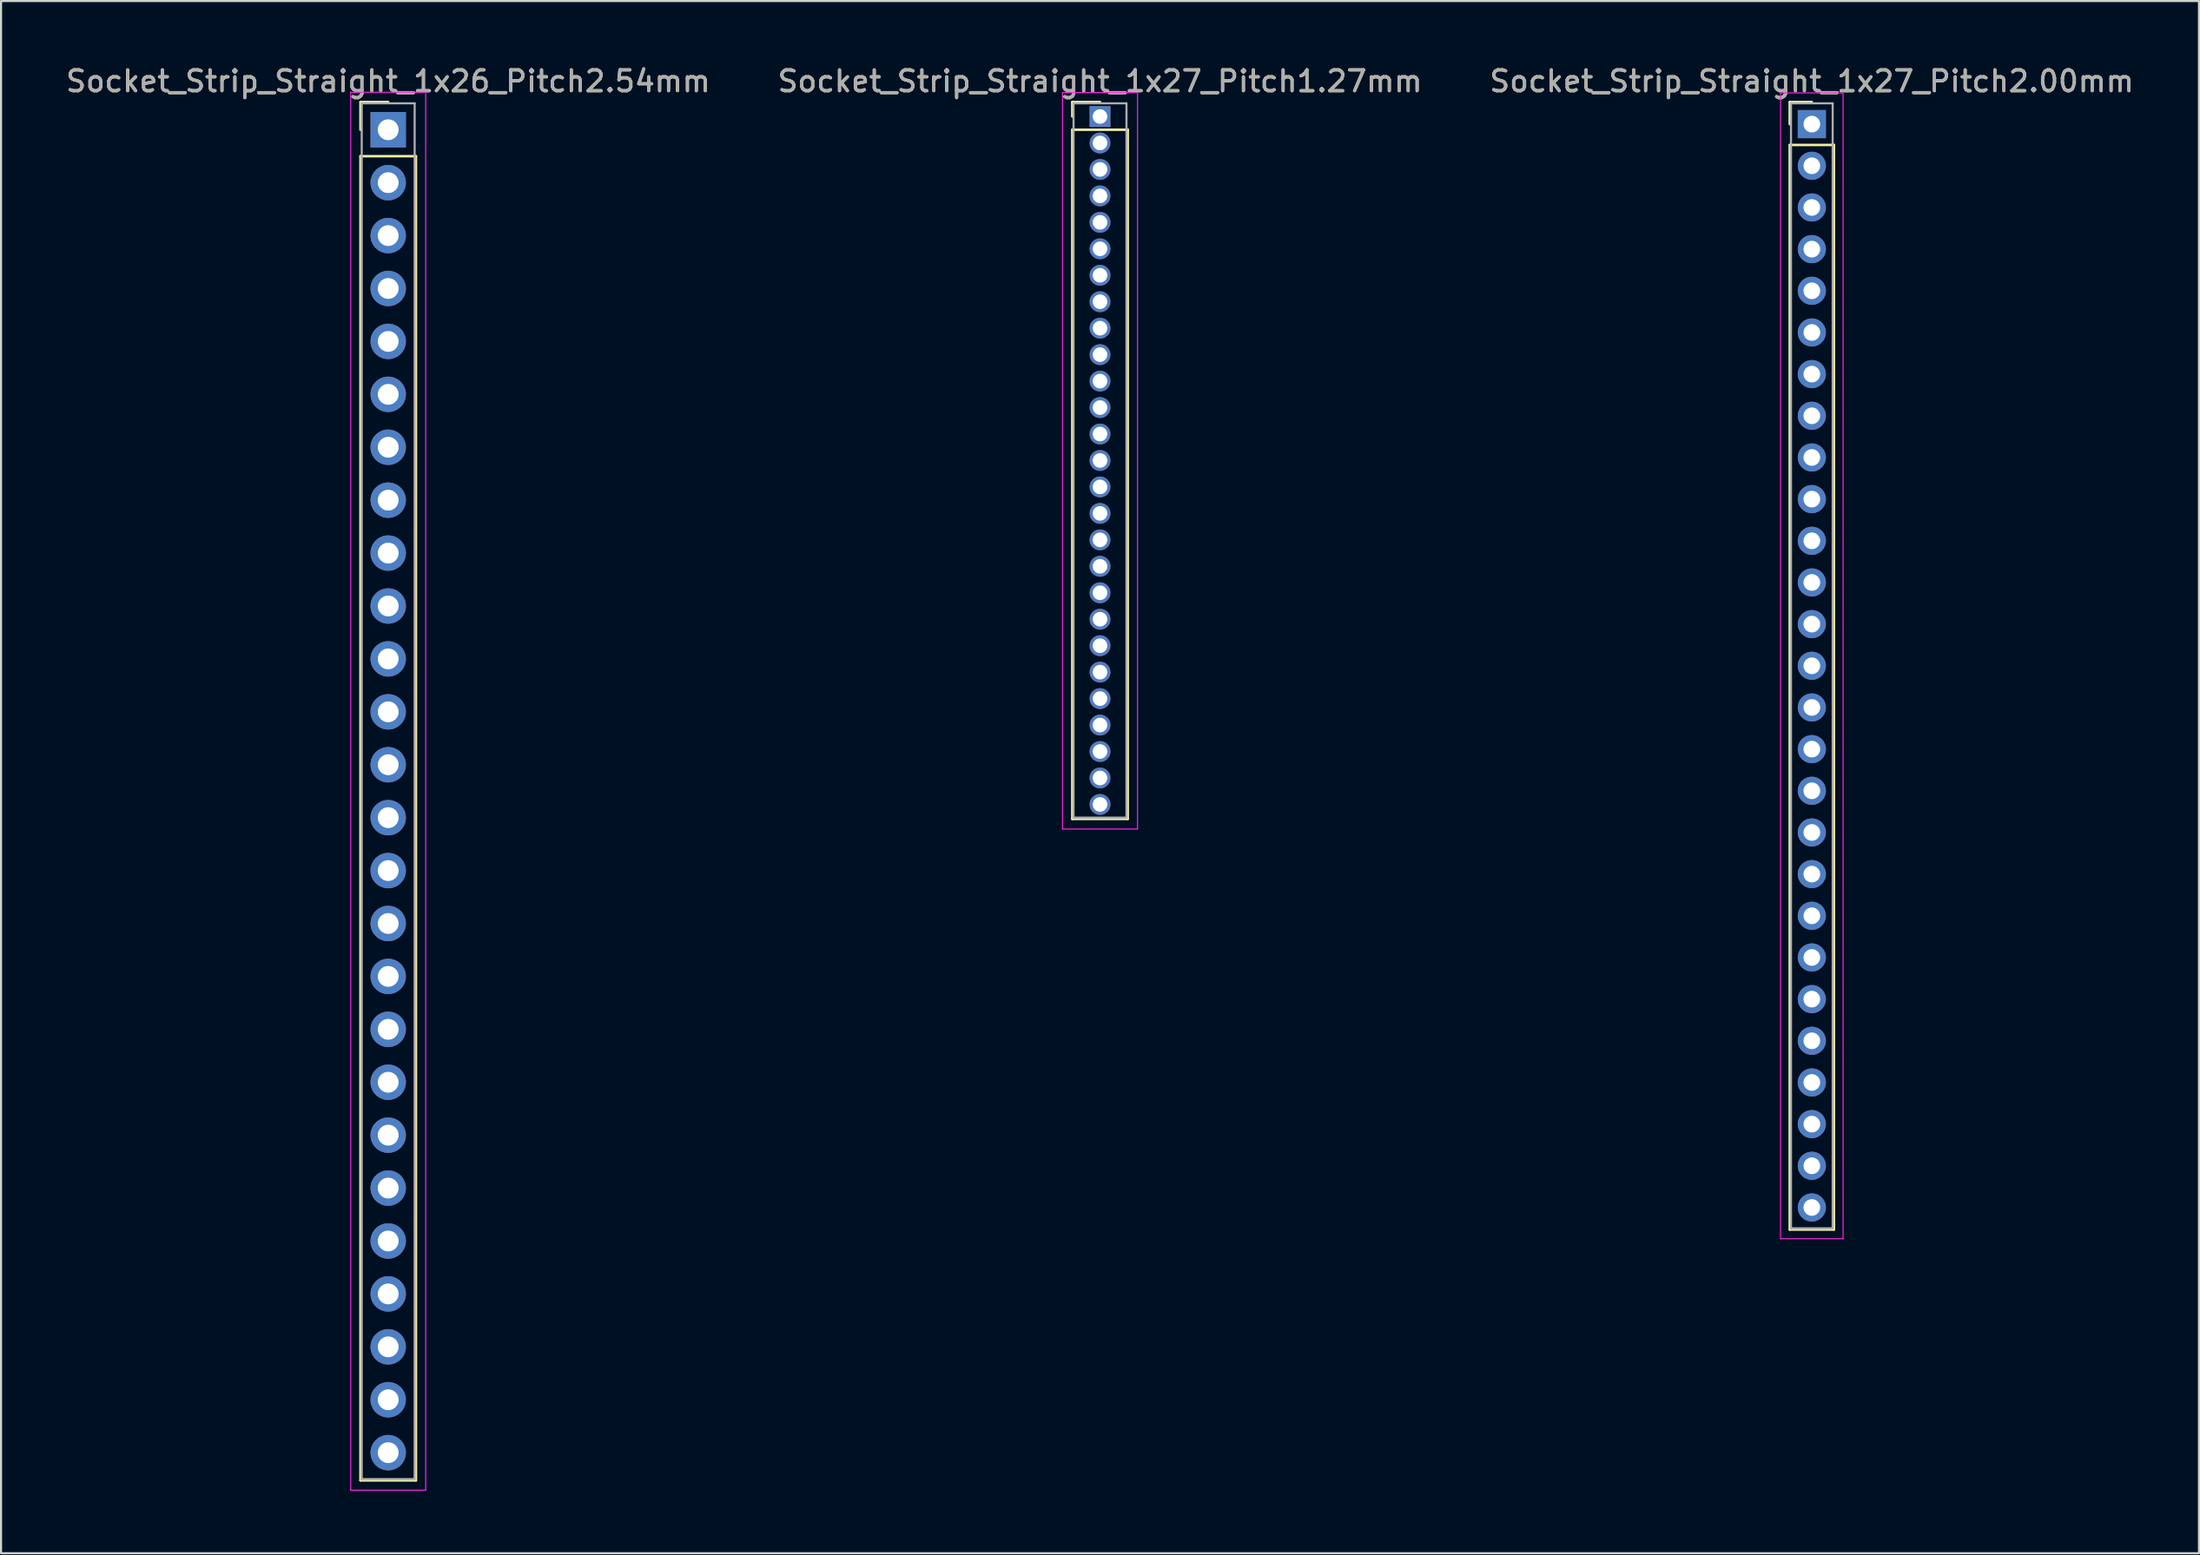
<source format=kicad_pcb>
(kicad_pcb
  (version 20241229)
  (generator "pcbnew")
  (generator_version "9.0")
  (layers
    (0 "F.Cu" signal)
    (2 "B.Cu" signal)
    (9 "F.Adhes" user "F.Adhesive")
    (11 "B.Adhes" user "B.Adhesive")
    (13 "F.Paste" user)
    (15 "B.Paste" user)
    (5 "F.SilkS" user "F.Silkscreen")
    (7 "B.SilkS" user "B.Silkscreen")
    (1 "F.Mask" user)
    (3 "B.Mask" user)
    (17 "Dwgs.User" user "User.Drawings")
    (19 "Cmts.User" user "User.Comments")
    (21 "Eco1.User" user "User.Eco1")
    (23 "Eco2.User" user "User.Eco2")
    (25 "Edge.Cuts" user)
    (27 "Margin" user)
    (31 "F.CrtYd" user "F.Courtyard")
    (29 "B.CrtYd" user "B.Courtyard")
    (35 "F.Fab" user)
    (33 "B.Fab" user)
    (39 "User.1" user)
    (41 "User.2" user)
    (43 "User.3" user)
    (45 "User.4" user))
  (footprint "Socket_Strip_Straight_1x27_Pitch2.00mm"
    (layer "F.Cu")
    (at 83.887 2.908)
    (property "Reference" "Socket_Strip_Straight_1x27_Pitch2.00mm" (at 0 -2.06 0) (layer "F.SilkS") (effects (font (size 1 1) (thickness 0.15))))
    (attr through_hole)
    (fp_line (start -1.06 -1.06) (end 0 -1.06) (stroke (width 0.12) (type solid)) (layer "F.SilkS"))
    (fp_line (start -1.06 0) (end -1.06 -1.06) (stroke (width 0.12) (type solid)) (layer "F.SilkS"))
    (fp_line (start -1.06 1) (end -1.06 53.06) (stroke (width 0.12) (type solid)) (layer "F.SilkS"))
    (fp_line (start -1.06 53.06) (end 1.06 53.06) (stroke (width 0.12) (type solid)) (layer "F.SilkS"))
    (fp_line (start 1.06 1) (end -1.06 1) (stroke (width 0.12) (type solid)) (layer "F.SilkS"))
    (fp_line (start 1.06 53.06) (end 1.06 1) (stroke (width 0.12) (type solid)) (layer "F.SilkS"))
    (fp_line (start -1.5 -1.5) (end -1.5 53.5) (stroke (width 0.05) (type solid)) (layer "F.CrtYd"))
    (fp_line (start -1.5 53.5) (end 1.5 53.5) (stroke (width 0.05) (type solid)) (layer "F.CrtYd"))
    (fp_line (start 1.5 -1.5) (end -1.5 -1.5) (stroke (width 0.05) (type solid)) (layer "F.CrtYd"))
    (fp_line (start 1.5 53.5) (end 1.5 -1.5) (stroke (width 0.05) (type solid)) (layer "F.CrtYd"))
    (fp_line (start -1 -1) (end -1 53) (stroke (width 0.1) (type solid)) (layer "F.Fab"))
    (fp_line (start -1 53) (end 1 53) (stroke (width 0.1) (type solid)) (layer "F.Fab"))
    (fp_line (start 1 -1) (end -1 -1) (stroke (width 0.1) (type solid)) (layer "F.Fab"))
    (fp_line (start 1 53) (end 1 -1) (stroke (width 0.1) (type solid)) (layer "F.Fab"))
    (fp_text user "${REFERENCE}" (at 0 -2.06 0) (layer "F.Fab") (effects (font (size 1 1) (thickness 0.15))))
    (pad "1" thru_hole rect (at 0 0) (size 1.35 1.35) (drill 0.8) (layers "*.Cu" "*.Mask"))
    (pad "2" thru_hole oval (at 0 2) (size 1.35 1.35) (drill 0.8) (layers "*.Cu" "*.Mask"))
    (pad "3" thru_hole oval (at 0 4) (size 1.35 1.35) (drill 0.8) (layers "*.Cu" "*.Mask"))
    (pad "4" thru_hole oval (at 0 6) (size 1.35 1.35) (drill 0.8) (layers "*.Cu" "*.Mask"))
    (pad "5" thru_hole oval (at 0 8) (size 1.35 1.35) (drill 0.8) (layers "*.Cu" "*.Mask"))
    (pad "6" thru_hole oval (at 0 10) (size 1.35 1.35) (drill 0.8) (layers "*.Cu" "*.Mask"))
    (pad "7" thru_hole oval (at 0 12) (size 1.35 1.35) (drill 0.8) (layers "*.Cu" "*.Mask"))
    (pad "8" thru_hole oval (at 0 14) (size 1.35 1.35) (drill 0.8) (layers "*.Cu" "*.Mask"))
    (pad "9" thru_hole oval (at 0 16) (size 1.35 1.35) (drill 0.8) (layers "*.Cu" "*.Mask"))
    (pad "10" thru_hole oval (at 0 18) (size 1.35 1.35) (drill 0.8) (layers "*.Cu" "*.Mask"))
    (pad "11" thru_hole oval (at 0 20) (size 1.35 1.35) (drill 0.8) (layers "*.Cu" "*.Mask"))
    (pad "12" thru_hole oval (at 0 22) (size 1.35 1.35) (drill 0.8) (layers "*.Cu" "*.Mask"))
    (pad "13" thru_hole oval (at 0 24) (size 1.35 1.35) (drill 0.8) (layers "*.Cu" "*.Mask"))
    (pad "14" thru_hole oval (at 0 26) (size 1.35 1.35) (drill 0.8) (layers "*.Cu" "*.Mask"))
    (pad "15" thru_hole oval (at 0 28) (size 1.35 1.35) (drill 0.8) (layers "*.Cu" "*.Mask"))
    (pad "16" thru_hole oval (at 0 30) (size 1.35 1.35) (drill 0.8) (layers "*.Cu" "*.Mask"))
    (pad "17" thru_hole oval (at 0 32) (size 1.35 1.35) (drill 0.8) (layers "*.Cu" "*.Mask"))
    (pad "18" thru_hole oval (at 0 34) (size 1.35 1.35) (drill 0.8) (layers "*.Cu" "*.Mask"))
    (pad "19" thru_hole oval (at 0 36) (size 1.35 1.35) (drill 0.8) (layers "*.Cu" "*.Mask"))
    (pad "20" thru_hole oval (at 0 38) (size 1.35 1.35) (drill 0.8) (layers "*.Cu" "*.Mask"))
    (pad "21" thru_hole oval (at 0 40) (size 1.35 1.35) (drill 0.8) (layers "*.Cu" "*.Mask"))
    (pad "22" thru_hole oval (at 0 42) (size 1.35 1.35) (drill 0.8) (layers "*.Cu" "*.Mask"))
    (pad "23" thru_hole oval (at 0 44) (size 1.35 1.35) (drill 0.8) (layers "*.Cu" "*.Mask"))
    (pad "24" thru_hole oval (at 0 46) (size 1.35 1.35) (drill 0.8) (layers "*.Cu" "*.Mask"))
    (pad "25" thru_hole oval (at 0 48) (size 1.35 1.35) (drill 0.8) (layers "*.Cu" "*.Mask"))
    (pad "26" thru_hole oval (at 0 50) (size 1.35 1.35) (drill 0.8) (layers "*.Cu" "*.Mask"))
    (pad "27" thru_hole oval (at 0 52) (size 1.35 1.35) (drill 0.8) (layers "*.Cu" "*.Mask")))
  (footprint "Socket_Strip_Straight_1x27_Pitch1.27mm"
    (layer "F.Cu")
    (at 49.732 2.543)
    (property "Reference" "Socket_Strip_Straight_1x27_Pitch1.27mm" (at 0 -1.695 0) (layer "F.SilkS") (effects (font (size 1 1) (thickness 0.15))))
    (attr through_hole)
    (fp_line (start -1.33 -0.695) (end 0 -0.695) (stroke (width 0.12) (type solid)) (layer "F.SilkS"))
    (fp_line (start -1.33 0) (end -1.33 -0.695) (stroke (width 0.12) (type solid)) (layer "F.SilkS"))
    (fp_line (start -1.33 0.635) (end -1.33 33.715) (stroke (width 0.12) (type solid)) (layer "F.SilkS"))
    (fp_line (start -1.33 33.715) (end 1.33 33.715) (stroke (width 0.12) (type solid)) (layer "F.SilkS"))
    (fp_line (start 1.33 0.635) (end -1.33 0.635) (stroke (width 0.12) (type solid)) (layer "F.SilkS"))
    (fp_line (start 1.33 33.715) (end 1.33 0.635) (stroke (width 0.12) (type solid)) (layer "F.SilkS"))
    (fp_line (start -1.8 -1.15) (end -1.8 34.2) (stroke (width 0.05) (type solid)) (layer "F.CrtYd"))
    (fp_line (start -1.8 34.2) (end 1.8 34.2) (stroke (width 0.05) (type solid)) (layer "F.CrtYd"))
    (fp_line (start 1.8 -1.15) (end -1.8 -1.15) (stroke (width 0.05) (type solid)) (layer "F.CrtYd"))
    (fp_line (start 1.8 34.2) (end 1.8 -1.15) (stroke (width 0.05) (type solid)) (layer "F.CrtYd"))
    (fp_line (start -1.27 -0.635) (end -1.27 33.655) (stroke (width 0.1) (type solid)) (layer "F.Fab"))
    (fp_line (start -1.27 33.655) (end 1.27 33.655) (stroke (width 0.1) (type solid)) (layer "F.Fab"))
    (fp_line (start 1.27 -0.635) (end -1.27 -0.635) (stroke (width 0.1) (type solid)) (layer "F.Fab"))
    (fp_line (start 1.27 33.655) (end 1.27 -0.635) (stroke (width 0.1) (type solid)) (layer "F.Fab"))
    (fp_text user "${REFERENCE}" (at 0 -1.695 0) (layer "F.Fab") (effects (font (size 1 1) (thickness 0.15))))
    (pad "1" thru_hole rect (at 0 0) (size 1 1) (drill 0.7) (layers "*.Cu" "*.Mask"))
    (pad "2" thru_hole oval (at 0 1.27) (size 1 1) (drill 0.7) (layers "*.Cu" "*.Mask"))
    (pad "3" thru_hole oval (at 0 2.54) (size 1 1) (drill 0.7) (layers "*.Cu" "*.Mask"))
    (pad "4" thru_hole oval (at 0 3.81) (size 1 1) (drill 0.7) (layers "*.Cu" "*.Mask"))
    (pad "5" thru_hole oval (at 0 5.08) (size 1 1) (drill 0.7) (layers "*.Cu" "*.Mask"))
    (pad "6" thru_hole oval (at 0 6.35) (size 1 1) (drill 0.7) (layers "*.Cu" "*.Mask"))
    (pad "7" thru_hole oval (at 0 7.62) (size 1 1) (drill 0.7) (layers "*.Cu" "*.Mask"))
    (pad "8" thru_hole oval (at 0 8.89) (size 1 1) (drill 0.7) (layers "*.Cu" "*.Mask"))
    (pad "9" thru_hole oval (at 0 10.16) (size 1 1) (drill 0.7) (layers "*.Cu" "*.Mask"))
    (pad "10" thru_hole oval (at 0 11.43) (size 1 1) (drill 0.7) (layers "*.Cu" "*.Mask"))
    (pad "11" thru_hole oval (at 0 12.7) (size 1 1) (drill 0.7) (layers "*.Cu" "*.Mask"))
    (pad "12" thru_hole oval (at 0 13.97) (size 1 1) (drill 0.7) (layers "*.Cu" "*.Mask"))
    (pad "13" thru_hole oval (at 0 15.24) (size 1 1) (drill 0.7) (layers "*.Cu" "*.Mask"))
    (pad "14" thru_hole oval (at 0 16.51) (size 1 1) (drill 0.7) (layers "*.Cu" "*.Mask"))
    (pad "15" thru_hole oval (at 0 17.78) (size 1 1) (drill 0.7) (layers "*.Cu" "*.Mask"))
    (pad "16" thru_hole oval (at 0 19.05) (size 1 1) (drill 0.7) (layers "*.Cu" "*.Mask"))
    (pad "17" thru_hole oval (at 0 20.32) (size 1 1) (drill 0.7) (layers "*.Cu" "*.Mask"))
    (pad "18" thru_hole oval (at 0 21.59) (size 1 1) (drill 0.7) (layers "*.Cu" "*.Mask"))
    (pad "19" thru_hole oval (at 0 22.86) (size 1 1) (drill 0.7) (layers "*.Cu" "*.Mask"))
    (pad "20" thru_hole oval (at 0 24.13) (size 1 1) (drill 0.7) (layers "*.Cu" "*.Mask"))
    (pad "21" thru_hole oval (at 0 25.4) (size 1 1) (drill 0.7) (layers "*.Cu" "*.Mask"))
    (pad "22" thru_hole oval (at 0 26.67) (size 1 1) (drill 0.7) (layers "*.Cu" "*.Mask"))
    (pad "23" thru_hole oval (at 0 27.94) (size 1 1) (drill 0.7) (layers "*.Cu" "*.Mask"))
    (pad "24" thru_hole oval (at 0 29.21) (size 1 1) (drill 0.7) (layers "*.Cu" "*.Mask"))
    (pad "25" thru_hole oval (at 0 30.48) (size 1 1) (drill 0.7) (layers "*.Cu" "*.Mask"))
    (pad "26" thru_hole oval (at 0 31.75) (size 1 1) (drill 0.7) (layers "*.Cu" "*.Mask"))
    (pad "27" thru_hole oval (at 0 33.02) (size 1 1) (drill 0.7) (layers "*.Cu" "*.Mask")))
  (footprint "Socket_Strip_Straight_1x26_Pitch2.54mm"
    (layer "F.Cu")
    (at 15.577 3.178)
    (property "Reference" "Socket_Strip_Straight_1x26_Pitch2.54mm" (at 0 -2.33 0) (layer "F.SilkS") (effects (font (size 1 1) (thickness 0.15))))
    (attr through_hole)
    (fp_line (start -1.33 -1.33) (end 0 -1.33) (stroke (width 0.12) (type solid)) (layer "F.SilkS"))
    (fp_line (start -1.33 0) (end -1.33 -1.33) (stroke (width 0.12) (type solid)) (layer "F.SilkS"))
    (fp_line (start -1.33 1.27) (end -1.33 64.83) (stroke (width 0.12) (type solid)) (layer "F.SilkS"))
    (fp_line (start -1.33 64.83) (end 1.33 64.83) (stroke (width 0.12) (type solid)) (layer "F.SilkS"))
    (fp_line (start 1.33 1.27) (end -1.33 1.27) (stroke (width 0.12) (type solid)) (layer "F.SilkS"))
    (fp_line (start 1.33 64.83) (end 1.33 1.27) (stroke (width 0.12) (type solid)) (layer "F.SilkS"))
    (fp_line (start -1.8 -1.8) (end -1.8 65.3) (stroke (width 0.05) (type solid)) (layer "F.CrtYd"))
    (fp_line (start -1.8 65.3) (end 1.8 65.3) (stroke (width 0.05) (type solid)) (layer "F.CrtYd"))
    (fp_line (start 1.8 -1.8) (end -1.8 -1.8) (stroke (width 0.05) (type solid)) (layer "F.CrtYd"))
    (fp_line (start 1.8 65.3) (end 1.8 -1.8) (stroke (width 0.05) (type solid)) (layer "F.CrtYd"))
    (fp_line (start -1.27 -1.27) (end -1.27 64.77) (stroke (width 0.1) (type solid)) (layer "F.Fab"))
    (fp_line (start -1.27 64.77) (end 1.27 64.77) (stroke (width 0.1) (type solid)) (layer "F.Fab"))
    (fp_line (start 1.27 -1.27) (end -1.27 -1.27) (stroke (width 0.1) (type solid)) (layer "F.Fab"))
    (fp_line (start 1.27 64.77) (end 1.27 -1.27) (stroke (width 0.1) (type solid)) (layer "F.Fab"))
    (fp_text user "${REFERENCE}" (at 0 -2.33 0) (layer "F.Fab") (effects (font (size 1 1) (thickness 0.15))))
    (pad "1" thru_hole rect (at 0 0) (size 1.7 1.7) (drill 1) (layers "*.Cu" "*.Mask"))
    (pad "2" thru_hole oval (at 0 2.54) (size 1.7 1.7) (drill 1) (layers "*.Cu" "*.Mask"))
    (pad "3" thru_hole oval (at 0 5.08) (size 1.7 1.7) (drill 1) (layers "*.Cu" "*.Mask"))
    (pad "4" thru_hole oval (at 0 7.62) (size 1.7 1.7) (drill 1) (layers "*.Cu" "*.Mask"))
    (pad "5" thru_hole oval (at 0 10.16) (size 1.7 1.7) (drill 1) (layers "*.Cu" "*.Mask"))
    (pad "6" thru_hole oval (at 0 12.7) (size 1.7 1.7) (drill 1) (layers "*.Cu" "*.Mask"))
    (pad "7" thru_hole oval (at 0 15.24) (size 1.7 1.7) (drill 1) (layers "*.Cu" "*.Mask"))
    (pad "8" thru_hole oval (at 0 17.78) (size 1.7 1.7) (drill 1) (layers "*.Cu" "*.Mask"))
    (pad "9" thru_hole oval (at 0 20.32) (size 1.7 1.7) (drill 1) (layers "*.Cu" "*.Mask"))
    (pad "10" thru_hole oval (at 0 22.86) (size 1.7 1.7) (drill 1) (layers "*.Cu" "*.Mask"))
    (pad "11" thru_hole oval (at 0 25.4) (size 1.7 1.7) (drill 1) (layers "*.Cu" "*.Mask"))
    (pad "12" thru_hole oval (at 0 27.94) (size 1.7 1.7) (drill 1) (layers "*.Cu" "*.Mask"))
    (pad "13" thru_hole oval (at 0 30.48) (size 1.7 1.7) (drill 1) (layers "*.Cu" "*.Mask"))
    (pad "14" thru_hole oval (at 0 33.02) (size 1.7 1.7) (drill 1) (layers "*.Cu" "*.Mask"))
    (pad "15" thru_hole oval (at 0 35.56) (size 1.7 1.7) (drill 1) (layers "*.Cu" "*.Mask"))
    (pad "16" thru_hole oval (at 0 38.1) (size 1.7 1.7) (drill 1) (layers "*.Cu" "*.Mask"))
    (pad "17" thru_hole oval (at 0 40.64) (size 1.7 1.7) (drill 1) (layers "*.Cu" "*.Mask"))
    (pad "18" thru_hole oval (at 0 43.18) (size 1.7 1.7) (drill 1) (layers "*.Cu" "*.Mask"))
    (pad "19" thru_hole oval (at 0 45.72) (size 1.7 1.7) (drill 1) (layers "*.Cu" "*.Mask"))
    (pad "20" thru_hole oval (at 0 48.26) (size 1.7 1.7) (drill 1) (layers "*.Cu" "*.Mask"))
    (pad "21" thru_hole oval (at 0 50.8) (size 1.7 1.7) (drill 1) (layers "*.Cu" "*.Mask"))
    (pad "22" thru_hole oval (at 0 53.34) (size 1.7 1.7) (drill 1) (layers "*.Cu" "*.Mask"))
    (pad "23" thru_hole oval (at 0 55.88) (size 1.7 1.7) (drill 1) (layers "*.Cu" "*.Mask"))
    (pad "24" thru_hole oval (at 0 58.42) (size 1.7 1.7) (drill 1) (layers "*.Cu" "*.Mask"))
    (pad "25" thru_hole oval (at 0 60.96) (size 1.7 1.7) (drill 1) (layers "*.Cu" "*.Mask"))
    (pad "26" thru_hole oval (at 0 63.5) (size 1.7 1.7) (drill 1) (layers "*.Cu" "*.Mask")))
  (gr_rect
    (start -3 -3)
    (end 102.464 71.503)
    (stroke (width 0.1) (type default))
    (fill no)
    (layer "Edge.Cuts")))
</source>
